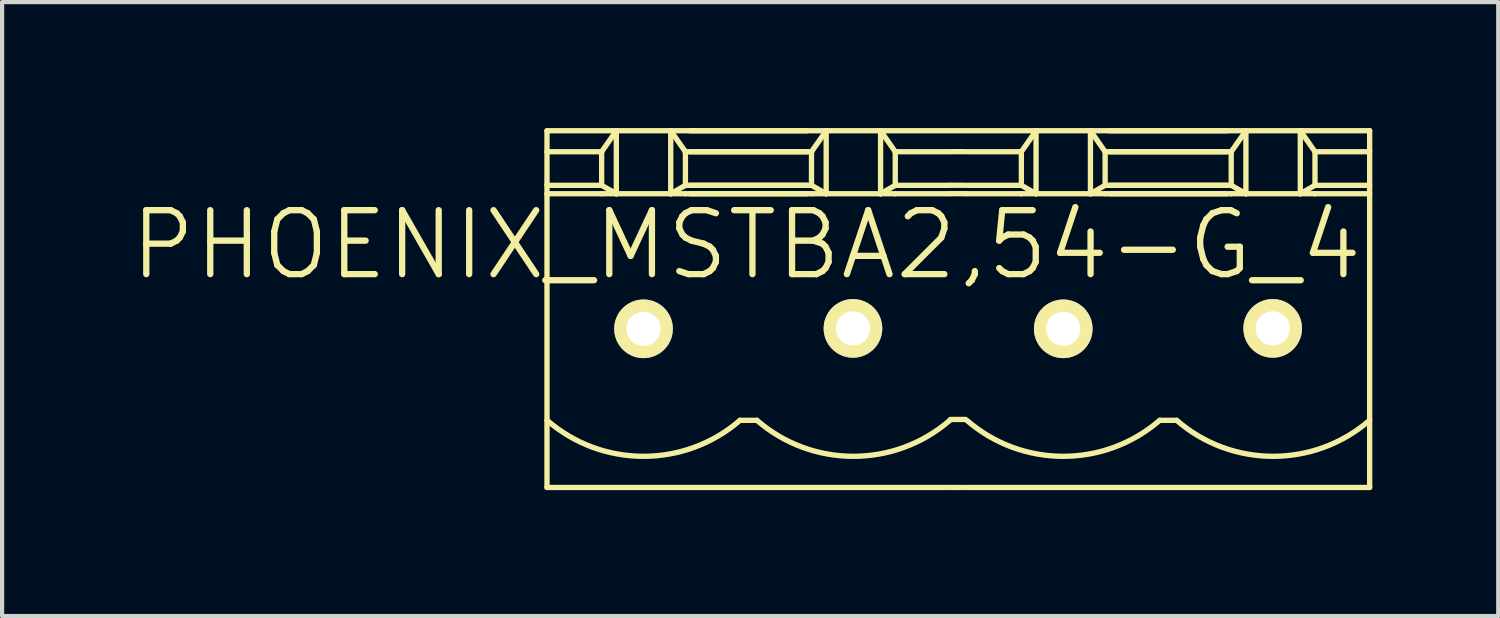
<source format=kicad_pcb>
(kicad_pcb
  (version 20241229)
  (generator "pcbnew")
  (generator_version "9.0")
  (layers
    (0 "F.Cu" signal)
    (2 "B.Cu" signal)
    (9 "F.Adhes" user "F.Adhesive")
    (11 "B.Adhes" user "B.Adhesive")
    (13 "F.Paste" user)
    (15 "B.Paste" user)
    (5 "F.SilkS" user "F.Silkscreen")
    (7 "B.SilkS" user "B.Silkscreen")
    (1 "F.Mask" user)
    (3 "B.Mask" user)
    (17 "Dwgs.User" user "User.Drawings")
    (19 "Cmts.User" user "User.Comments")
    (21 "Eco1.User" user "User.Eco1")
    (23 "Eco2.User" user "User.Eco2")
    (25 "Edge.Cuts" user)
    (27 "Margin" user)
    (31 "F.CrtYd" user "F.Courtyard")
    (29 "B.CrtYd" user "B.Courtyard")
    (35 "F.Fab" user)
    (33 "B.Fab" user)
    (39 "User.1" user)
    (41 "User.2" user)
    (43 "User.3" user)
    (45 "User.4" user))
  (footprint "PHOENIX_MSTBA2,54-G_4"
    (layer "F.Cu")
    (at 19.732 4.784)
    (property "Reference" "PHOENIX_MSTBA2,54-G_4" (at -5 -2 0) (layer "F.SilkS") (effects (font (size 1.524 1.524) (thickness 0.15))))
    (attr exclude_from_pos_files exclude_from_bom)
    (fp_line (start -9.75 -4.72) (end -9.75 3.78) (stroke (width 0.127) (type solid)) (layer "F.SilkS"))
    (fp_line (start -9.75 -4.719) (end -8.098 -4.719) (stroke (width 0.127) (type solid)) (layer "F.SilkS"))
    (fp_line (start -8.448 -4.219) (end -9.75 -4.219) (stroke (width 0.127) (type solid)) (layer "F.SilkS"))
    (fp_line (start -8.448 -4.219) (end -8.098 -4.719) (stroke (width 0.127) (type solid)) (layer "F.SilkS"))
    (fp_line (start -8.448 -3.419) (end -9.75 -3.419) (stroke (width 0.127) (type solid)) (layer "F.SilkS"))
    (fp_line (start -8.448 -3.419) (end -8.448 -4.219) (stroke (width 0.127) (type solid)) (layer "F.SilkS"))
    (fp_line (start -8.448 -3.419) (end -8.098 -3.218) (stroke (width 0.127) (type solid)) (layer "F.SilkS"))
    (fp_line (start -8.448 -3.218) (end -9.75 -3.218) (stroke (width 0.127) (type solid)) (layer "F.SilkS"))
    (fp_line (start -8.448 -3.218) (end -8.098 -3.218) (stroke (width 0.127) (type solid)) (layer "F.SilkS"))
    (fp_line (start -8.098 -4.719) (end -8.098 -3.218) (stroke (width 0.127) (type solid)) (layer "F.SilkS"))
    (fp_line (start -8.098 -4.719) (end -6.802 -4.719) (stroke (width 0.127) (type solid)) (layer "F.SilkS"))
    (fp_line (start -8.098 -3.218) (end -6.802 -3.218) (stroke (width 0.127) (type solid)) (layer "F.SilkS"))
    (fp_line (start -6.802 -4.719) (end -6.802 -3.218) (stroke (width 0.127) (type solid)) (layer "F.SilkS"))
    (fp_line (start -6.802 -4.719) (end -6.452 -4.219) (stroke (width 0.127) (type solid)) (layer "F.SilkS"))
    (fp_line (start -6.802 -4.719) (end -3.551 -4.719) (stroke (width 0.127) (type solid)) (layer "F.SilkS"))
    (fp_line (start -6.802 -3.218) (end -6.452 -3.218) (stroke (width 0.127) (type solid)) (layer "F.SilkS"))
    (fp_line (start -6.452 -4.219) (end -6.452 -3.419) (stroke (width 0.127) (type solid)) (layer "F.SilkS"))
    (fp_line (start -6.452 -4.219) (end -3.551 -4.219) (stroke (width 0.127) (type solid)) (layer "F.SilkS"))
    (fp_line (start -6.452 -3.419) (end -6.802 -3.218) (stroke (width 0.127) (type solid)) (layer "F.SilkS"))
    (fp_line (start -6.452 -3.419) (end -3.551 -3.419) (stroke (width 0.127) (type solid)) (layer "F.SilkS"))
    (fp_line (start -6.452 -3.218) (end -3.551 -3.218) (stroke (width 0.127) (type solid)) (layer "F.SilkS"))
    (fp_line (start -6.349 -4.719) (end -3.098 -4.719) (stroke (width 0.127) (type solid)) (layer "F.SilkS"))
    (fp_line (start -5.15 2.18) (end -4.75 2.18) (stroke (width 0.127) (type solid)) (layer "F.SilkS"))
    (fp_line (start -3.448 -4.219) (end -6.349 -4.219) (stroke (width 0.127) (type solid)) (layer "F.SilkS"))
    (fp_line (start -3.448 -4.219) (end -3.098 -4.719) (stroke (width 0.127) (type solid)) (layer "F.SilkS"))
    (fp_line (start -3.448 -3.419) (end -6.349 -3.419) (stroke (width 0.127) (type solid)) (layer "F.SilkS"))
    (fp_line (start -3.448 -3.419) (end -3.448 -4.219) (stroke (width 0.127) (type solid)) (layer "F.SilkS"))
    (fp_line (start -3.448 -3.419) (end -3.098 -3.218) (stroke (width 0.127) (type solid)) (layer "F.SilkS"))
    (fp_line (start -3.448 -3.218) (end -6.349 -3.218) (stroke (width 0.127) (type solid)) (layer "F.SilkS"))
    (fp_line (start -3.448 -3.218) (end -3.098 -3.218) (stroke (width 0.127) (type solid)) (layer "F.SilkS"))
    (fp_line (start -3.098 -4.719) (end -3.098 -3.218) (stroke (width 0.127) (type solid)) (layer "F.SilkS"))
    (fp_line (start -3.098 -4.719) (end -1.802 -4.719) (stroke (width 0.127) (type solid)) (layer "F.SilkS"))
    (fp_line (start -3.098 -3.218) (end -1.802 -3.218) (stroke (width 0.127) (type solid)) (layer "F.SilkS"))
    (fp_line (start -1.802 -4.719) (end -1.802 -3.218) (stroke (width 0.127) (type solid)) (layer "F.SilkS"))
    (fp_line (start -1.802 -4.719) (end -1.452 -4.219) (stroke (width 0.127) (type solid)) (layer "F.SilkS"))
    (fp_line (start -1.802 -4.719) (end -0.15 -4.719) (stroke (width 0.127) (type solid)) (layer "F.SilkS"))
    (fp_line (start -1.802 -3.218) (end -1.452 -3.218) (stroke (width 0.127) (type solid)) (layer "F.SilkS"))
    (fp_line (start -1.452 -4.219) (end -1.452 -3.419) (stroke (width 0.127) (type solid)) (layer "F.SilkS"))
    (fp_line (start -1.452 -4.219) (end -0.15 -4.219) (stroke (width 0.127) (type solid)) (layer "F.SilkS"))
    (fp_line (start -1.452 -3.419) (end -1.802 -3.218) (stroke (width 0.127) (type solid)) (layer "F.SilkS"))
    (fp_line (start -1.452 -3.419) (end -0.15 -3.419) (stroke (width 0.127) (type solid)) (layer "F.SilkS"))
    (fp_line (start -1.452 -3.218) (end -0.15 -3.218) (stroke (width 0.127) (type solid)) (layer "F.SilkS"))
    (fp_line (start -0.15 3.78) (end -9.749 3.78) (stroke (width 0.127) (type solid)) (layer "F.SilkS"))
    (fp_line (start -0.14 -3.42) (end 0.2 -3.42) (stroke (width 0.127) (type solid)) (layer "F.SilkS"))
    (fp_line (start -0.14 -3.22) (end 0.23 -3.22) (stroke (width 0.127) (type solid)) (layer "F.SilkS"))
    (fp_line (start -0.14 2.16) (end 0.22 2.16) (stroke (width 0.127) (type solid)) (layer "F.SilkS"))
    (fp_line (start -0.12 -4.72) (end 0.21 -4.72) (stroke (width 0.127) (type solid)) (layer "F.SilkS"))
    (fp_line (start -0.12 -4.22) (end 0.2 -4.22) (stroke (width 0.127) (type solid)) (layer "F.SilkS"))
    (fp_line (start -0.12 3.78) (end 0.2 3.78) (stroke (width 0.127) (type solid)) (layer "F.SilkS"))
    (fp_line (start 0.25 -4.719) (end 1.902 -4.719) (stroke (width 0.127) (type solid)) (layer "F.SilkS"))
    (fp_line (start 1.552 -4.219) (end 0.25 -4.219) (stroke (width 0.127) (type solid)) (layer "F.SilkS"))
    (fp_line (start 1.552 -4.219) (end 1.902 -4.719) (stroke (width 0.127) (type solid)) (layer "F.SilkS"))
    (fp_line (start 1.552 -3.419) (end 0.25 -3.419) (stroke (width 0.127) (type solid)) (layer "F.SilkS"))
    (fp_line (start 1.552 -3.419) (end 1.552 -4.219) (stroke (width 0.127) (type solid)) (layer "F.SilkS"))
    (fp_line (start 1.552 -3.419) (end 1.902 -3.218) (stroke (width 0.127) (type solid)) (layer "F.SilkS"))
    (fp_line (start 1.552 -3.218) (end 0.25 -3.218) (stroke (width 0.127) (type solid)) (layer "F.SilkS"))
    (fp_line (start 1.552 -3.218) (end 1.902 -3.218) (stroke (width 0.127) (type solid)) (layer "F.SilkS"))
    (fp_line (start 1.902 -4.719) (end 1.902 -3.218) (stroke (width 0.127) (type solid)) (layer "F.SilkS"))
    (fp_line (start 1.902 -4.719) (end 3.198 -4.719) (stroke (width 0.127) (type solid)) (layer "F.SilkS"))
    (fp_line (start 1.902 -3.218) (end 3.198 -3.218) (stroke (width 0.127) (type solid)) (layer "F.SilkS"))
    (fp_line (start 3.198 -4.719) (end 3.198 -3.218) (stroke (width 0.127) (type solid)) (layer "F.SilkS"))
    (fp_line (start 3.198 -4.719) (end 3.548 -4.219) (stroke (width 0.127) (type solid)) (layer "F.SilkS"))
    (fp_line (start 3.198 -4.719) (end 6.449 -4.719) (stroke (width 0.127) (type solid)) (layer "F.SilkS"))
    (fp_line (start 3.198 -3.218) (end 3.548 -3.218) (stroke (width 0.127) (type solid)) (layer "F.SilkS"))
    (fp_line (start 3.548 -4.219) (end 3.548 -3.419) (stroke (width 0.127) (type solid)) (layer "F.SilkS"))
    (fp_line (start 3.548 -4.219) (end 6.449 -4.219) (stroke (width 0.127) (type solid)) (layer "F.SilkS"))
    (fp_line (start 3.548 -3.419) (end 3.198 -3.218) (stroke (width 0.127) (type solid)) (layer "F.SilkS"))
    (fp_line (start 3.548 -3.419) (end 6.449 -3.419) (stroke (width 0.127) (type solid)) (layer "F.SilkS"))
    (fp_line (start 3.548 -3.218) (end 6.449 -3.218) (stroke (width 0.127) (type solid)) (layer "F.SilkS"))
    (fp_line (start 3.651 -4.719) (end 6.902 -4.719) (stroke (width 0.127) (type solid)) (layer "F.SilkS"))
    (fp_line (start 4.85 2.18) (end 5.25 2.18) (stroke (width 0.127) (type solid)) (layer "F.SilkS"))
    (fp_line (start 6.552 -4.219) (end 3.651 -4.219) (stroke (width 0.127) (type solid)) (layer "F.SilkS"))
    (fp_line (start 6.552 -4.219) (end 6.902 -4.719) (stroke (width 0.127) (type solid)) (layer "F.SilkS"))
    (fp_line (start 6.552 -3.419) (end 3.651 -3.419) (stroke (width 0.127) (type solid)) (layer "F.SilkS"))
    (fp_line (start 6.552 -3.419) (end 6.552 -4.219) (stroke (width 0.127) (type solid)) (layer "F.SilkS"))
    (fp_line (start 6.552 -3.419) (end 6.902 -3.218) (stroke (width 0.127) (type solid)) (layer "F.SilkS"))
    (fp_line (start 6.552 -3.218) (end 3.651 -3.218) (stroke (width 0.127) (type solid)) (layer "F.SilkS"))
    (fp_line (start 6.552 -3.218) (end 6.902 -3.218) (stroke (width 0.127) (type solid)) (layer "F.SilkS"))
    (fp_line (start 6.902 -4.719) (end 6.902 -3.218) (stroke (width 0.127) (type solid)) (layer "F.SilkS"))
    (fp_line (start 6.902 -4.719) (end 8.198 -4.719) (stroke (width 0.127) (type solid)) (layer "F.SilkS"))
    (fp_line (start 6.902 -3.218) (end 8.198 -3.218) (stroke (width 0.127) (type solid)) (layer "F.SilkS"))
    (fp_line (start 8.198 -4.719) (end 8.198 -3.218) (stroke (width 0.127) (type solid)) (layer "F.SilkS"))
    (fp_line (start 8.198 -4.719) (end 8.548 -4.219) (stroke (width 0.127) (type solid)) (layer "F.SilkS"))
    (fp_line (start 8.198 -4.719) (end 9.85 -4.719) (stroke (width 0.127) (type solid)) (layer "F.SilkS"))
    (fp_line (start 8.198 -3.218) (end 8.548 -3.218) (stroke (width 0.127) (type solid)) (layer "F.SilkS"))
    (fp_line (start 8.548 -4.219) (end 8.548 -3.419) (stroke (width 0.127) (type solid)) (layer "F.SilkS"))
    (fp_line (start 8.548 -4.219) (end 9.85 -4.219) (stroke (width 0.127) (type solid)) (layer "F.SilkS"))
    (fp_line (start 8.548 -3.419) (end 8.198 -3.218) (stroke (width 0.127) (type solid)) (layer "F.SilkS"))
    (fp_line (start 8.548 -3.419) (end 9.85 -3.419) (stroke (width 0.127) (type solid)) (layer "F.SilkS"))
    (fp_line (start 8.548 -3.218) (end 9.85 -3.218) (stroke (width 0.127) (type solid)) (layer "F.SilkS"))
    (fp_line (start 9.85 -4.72) (end 9.85 3.78) (stroke (width 0.127) (type solid)) (layer "F.SilkS"))
    (fp_line (start 9.85 3.78) (end 0.251 3.78) (stroke (width 0.127) (type solid)) (layer "F.SilkS"))
    (fp_arc (start -5.1513 2.17964) (mid -7.450133 3.037896) (end -9.748901 2.179466) (stroke (width 0.127) (type solid)) (layer "F.SilkS"))
    (fp_arc (start -0.1513 2.17964) (mid -2.450133 3.037896) (end -4.748901 2.179466) (stroke (width 0.127) (type solid)) (layer "F.SilkS"))
    (fp_arc (start 4.8487 2.17964) (mid 2.549867 3.037896) (end 0.251099 2.179466) (stroke (width 0.127) (type solid)) (layer "F.SilkS"))
    (fp_arc (start 9.8487 2.17964) (mid 7.549867 3.037896) (end 5.251099 2.179466) (stroke (width 0.127) (type solid)) (layer "F.SilkS"))
    (pad "1" thru_hole rect (at -7.45 -0.02) (size 0.001 0.001) (drill 1.298) (layers "*.Cu" "F.Mask" "F.SilkS" "F.Paste"))
    (pad "1" thru_hole circle (at -7.45 0) (size 1.397 1.397) (drill 0.813) (layers "*.Cu" "*.Mask" "F.SilkS"))
    (pad "1" thru_hole rect (at -2.45 -0.02) (size 0.001 0.001) (drill 1.298) (layers "*.Cu" "F.Mask" "F.SilkS" "F.Paste"))
    (pad "1" thru_hole rect (at 2.55 -0.02) (size 0.001 0.001) (drill 1.298) (layers "*.Cu" "F.Mask" "F.SilkS" "F.Paste"))
    (pad "1" thru_hole rect (at 7.55 -0.02) (size 0.001 0.001) (drill 1.298) (layers "*.Cu" "F.Mask" "F.SilkS" "F.Paste"))
    (pad "2" thru_hole circle (at -2.46 -0.01) (size 1.397 1.397) (drill 0.813) (layers "*.Cu" "*.Mask" "F.SilkS"))
    (pad "3" thru_hole circle (at 2.55 0) (size 1.397 1.397) (drill 0.813) (layers "*.Cu" "*.Mask" "F.SilkS"))
    (pad "4" thru_hole circle (at 7.54 -0.01) (size 1.397 1.397) (drill 0.813) (layers "*.Cu" "*.Mask" "F.SilkS")))
  (gr_rect
    (start -3 -3)
    (end 32.646 11.627)
    (stroke (width 0.1) (type default))
    (fill no)
    (layer "Edge.Cuts")))
</source>
